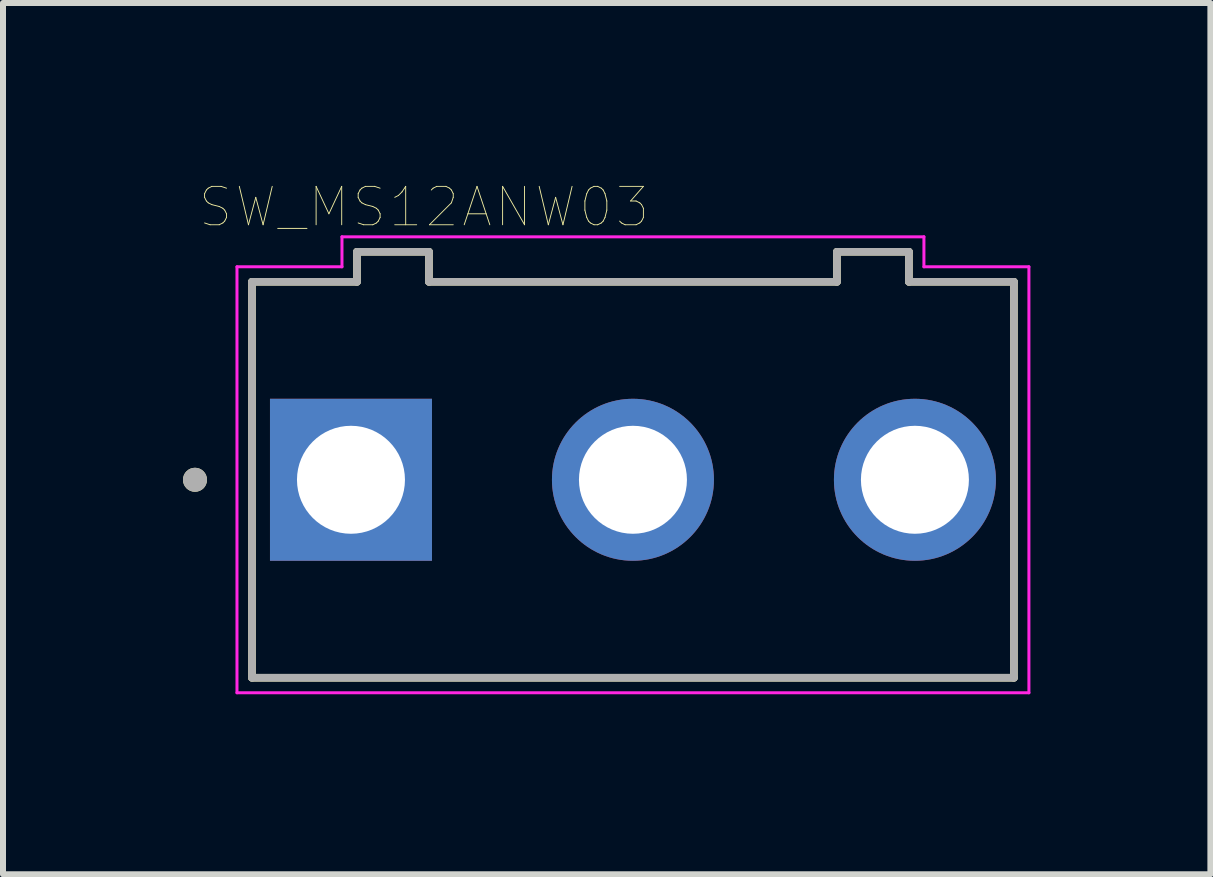
<source format=kicad_pcb>
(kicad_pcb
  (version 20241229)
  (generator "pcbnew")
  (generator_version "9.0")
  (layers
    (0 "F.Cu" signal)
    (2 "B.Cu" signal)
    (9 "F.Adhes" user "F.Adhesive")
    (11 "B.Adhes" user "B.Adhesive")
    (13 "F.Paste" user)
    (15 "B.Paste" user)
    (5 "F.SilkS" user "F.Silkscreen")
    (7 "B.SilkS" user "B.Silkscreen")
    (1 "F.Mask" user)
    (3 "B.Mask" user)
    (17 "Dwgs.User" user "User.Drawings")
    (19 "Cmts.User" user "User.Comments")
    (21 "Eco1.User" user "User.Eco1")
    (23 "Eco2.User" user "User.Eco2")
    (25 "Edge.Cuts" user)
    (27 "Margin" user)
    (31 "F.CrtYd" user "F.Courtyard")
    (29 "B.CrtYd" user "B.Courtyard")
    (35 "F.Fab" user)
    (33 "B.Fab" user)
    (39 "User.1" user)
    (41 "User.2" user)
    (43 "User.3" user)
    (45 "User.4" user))
  (footprint "SW_MS12ANW03"
    (layer "F.Cu")
    (at 7.5 4.947)
    (property "Reference" "SW_MS12ANW03" (at -3.483 -4.546 0) (layer "F.SilkS") (effects (font (size 0.64 0.64) (thickness 0.015))))
    (attr through_hole)
    (fp_line (start -6.35 -3.3) (end -6.35 3.3) (stroke (width 0.127) (type solid)) (layer "F.SilkS"))
    (fp_line (start -6.35 3.3) (end 6.35 3.3) (stroke (width 0.127) (type solid)) (layer "F.SilkS"))
    (fp_line (start -4.6 -3.8) (end -4.6 -3.3) (stroke (width 0.127) (type solid)) (layer "F.SilkS"))
    (fp_line (start -4.6 -3.3) (end -6.35 -3.3) (stroke (width 0.127) (type solid)) (layer "F.SilkS"))
    (fp_line (start -3.4 -3.8) (end -4.6 -3.8) (stroke (width 0.127) (type solid)) (layer "F.SilkS"))
    (fp_line (start -3.4 -3.3) (end -3.4 -3.8) (stroke (width 0.127) (type solid)) (layer "F.SilkS"))
    (fp_line (start 3.4 -3.8) (end 3.4 -3.3) (stroke (width 0.127) (type solid)) (layer "F.SilkS"))
    (fp_line (start 3.4 -3.3) (end -3.4 -3.3) (stroke (width 0.127) (type solid)) (layer "F.SilkS"))
    (fp_line (start 4.6 -3.8) (end 3.4 -3.8) (stroke (width 0.127) (type solid)) (layer "F.SilkS"))
    (fp_line (start 4.6 -3.3) (end 4.6 -3.8) (stroke (width 0.127) (type solid)) (layer "F.SilkS"))
    (fp_line (start 6.35 -3.3) (end 4.6 -3.3) (stroke (width 0.127) (type solid)) (layer "F.SilkS"))
    (fp_line (start 6.35 3.3) (end 6.35 -3.3) (stroke (width 0.127) (type solid)) (layer "F.SilkS"))
    (fp_circle (center -7.3 0) (end -7.2 0) (stroke (width 0.2) (type solid)) (fill no) (layer "F.SilkS"))
    (fp_line (start -6.6 -3.55) (end -6.6 3.55) (stroke (width 0.05) (type solid)) (layer "F.CrtYd"))
    (fp_line (start -6.6 3.55) (end 6.6 3.55) (stroke (width 0.05) (type solid)) (layer "F.CrtYd"))
    (fp_line (start -4.85 -4.05) (end -4.85 -3.55) (stroke (width 0.05) (type solid)) (layer "F.CrtYd"))
    (fp_line (start -4.85 -3.55) (end -6.6 -3.55) (stroke (width 0.05) (type solid)) (layer "F.CrtYd"))
    (fp_line (start 4.85 -4.05) (end -4.85 -4.05) (stroke (width 0.05) (type solid)) (layer "F.CrtYd"))
    (fp_line (start 4.85 -3.55) (end 4.85 -4.05) (stroke (width 0.05) (type solid)) (layer "F.CrtYd"))
    (fp_line (start 6.6 -3.55) (end 4.85 -3.55) (stroke (width 0.05) (type solid)) (layer "F.CrtYd"))
    (fp_line (start 6.6 3.55) (end 6.6 -3.55) (stroke (width 0.05) (type solid)) (layer "F.CrtYd"))
    (fp_line (start -6.35 -3.3) (end -6.35 3.3) (stroke (width 0.127) (type solid)) (layer "F.Fab"))
    (fp_line (start -6.35 3.3) (end 6.35 3.3) (stroke (width 0.127) (type solid)) (layer "F.Fab"))
    (fp_line (start -4.6 -3.8) (end -4.6 -3.3) (stroke (width 0.127) (type solid)) (layer "F.Fab"))
    (fp_line (start -4.6 -3.3) (end -6.35 -3.3) (stroke (width 0.127) (type solid)) (layer "F.Fab"))
    (fp_line (start -3.4 -3.8) (end -4.6 -3.8) (stroke (width 0.127) (type solid)) (layer "F.Fab"))
    (fp_line (start -3.4 -3.3) (end -3.4 -3.8) (stroke (width 0.127) (type solid)) (layer "F.Fab"))
    (fp_line (start 3.4 -3.8) (end 3.4 -3.3) (stroke (width 0.127) (type solid)) (layer "F.Fab"))
    (fp_line (start 3.4 -3.3) (end -3.4 -3.3) (stroke (width 0.127) (type solid)) (layer "F.Fab"))
    (fp_line (start 4.6 -3.8) (end 3.4 -3.8) (stroke (width 0.127) (type solid)) (layer "F.Fab"))
    (fp_line (start 4.6 -3.3) (end 4.6 -3.8) (stroke (width 0.127) (type solid)) (layer "F.Fab"))
    (fp_line (start 6.35 -3.3) (end 4.6 -3.3) (stroke (width 0.127) (type solid)) (layer "F.Fab"))
    (fp_line (start 6.35 3.3) (end 6.35 -3.3) (stroke (width 0.127) (type solid)) (layer "F.Fab"))
    (fp_circle (center -7.3 0) (end -7.2 0) (stroke (width 0.2) (type solid)) (fill no) (layer "F.Fab"))
    (pad "1" thru_hole rect (at -4.7 0) (size 2.7 2.7) (drill 1.8) (layers "*.Cu" "*.Mask"))
    (pad "2" thru_hole circle (at 0 0) (size 2.7 2.7) (drill 1.8) (layers "*.Cu" "*.Mask"))
    (pad "3" thru_hole circle (at 4.7 0) (size 2.7 2.7) (drill 1.8) (layers "*.Cu" "*.Mask")))
  (gr_rect
    (start -3 -3)
    (end 17.125 11.522)
    (stroke (width 0.1) (type default))
    (fill no)
    (layer "Edge.Cuts")))
</source>
